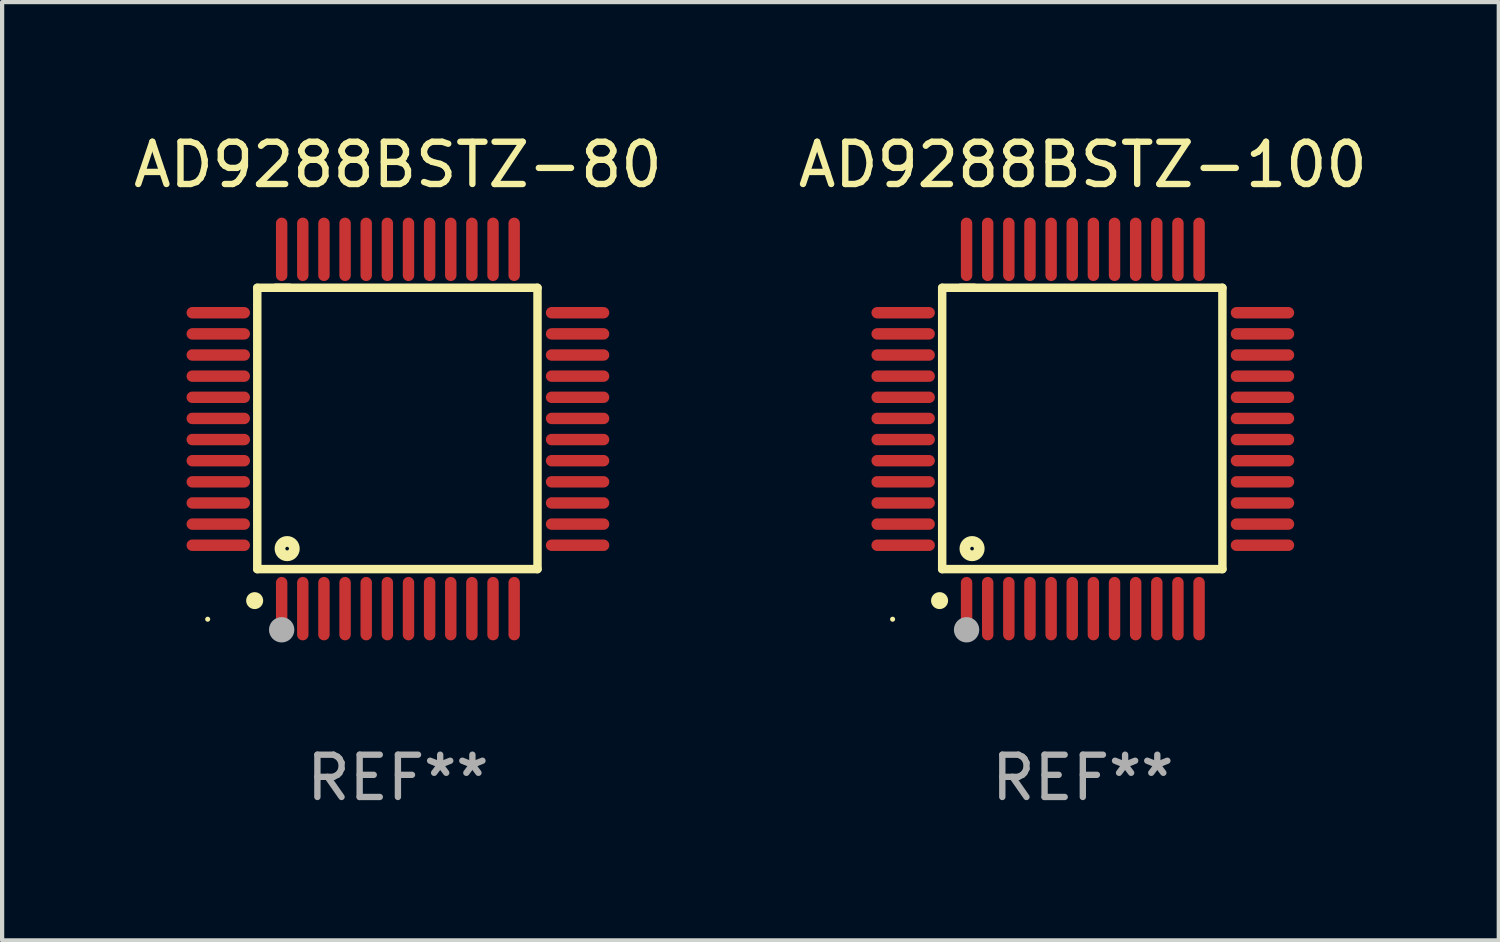
<source format=kicad_pcb>
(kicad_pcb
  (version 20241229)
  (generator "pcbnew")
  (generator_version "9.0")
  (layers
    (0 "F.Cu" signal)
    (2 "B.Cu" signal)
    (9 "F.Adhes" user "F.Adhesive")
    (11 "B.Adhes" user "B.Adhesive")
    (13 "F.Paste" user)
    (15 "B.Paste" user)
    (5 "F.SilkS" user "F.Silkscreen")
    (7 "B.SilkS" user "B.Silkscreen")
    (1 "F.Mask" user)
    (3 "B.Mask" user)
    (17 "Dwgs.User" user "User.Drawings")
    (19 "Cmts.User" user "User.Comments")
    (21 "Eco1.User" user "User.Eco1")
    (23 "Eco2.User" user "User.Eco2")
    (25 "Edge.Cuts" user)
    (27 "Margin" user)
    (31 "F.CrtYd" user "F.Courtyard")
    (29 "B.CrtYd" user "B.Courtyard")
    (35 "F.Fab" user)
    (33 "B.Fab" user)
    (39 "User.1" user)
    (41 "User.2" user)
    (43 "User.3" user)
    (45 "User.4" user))
  (footprint "AD9288BSTZ-100"
    (layer "F.Cu")
    (at 22.565 7.098)
    (property "Reference" "AD9288BSTZ-100" (at 0 -6.25 0) (layer "F.SilkS") (effects (font (size 1 1) (thickness 0.15))))
    (attr through_hole)
    (fp_line (start -3.327 -3.34) (end -2.565 -3.34) (stroke (width 0.2) (type solid)) (layer "F.SilkS"))
    (fp_line (start -3.327 3.315) (end -3.327 -3.34) (stroke (width 0.2) (type solid)) (layer "F.SilkS"))
    (fp_line (start -2.896 -3.34) (end 3.302 -3.34) (stroke (width 0.2) (type solid)) (layer "F.SilkS"))
    (fp_line (start 3.302 -3.34) (end 3.302 3.315) (stroke (width 0.2) (type solid)) (layer "F.SilkS"))
    (fp_line (start 3.302 3.315) (end -3.327 3.315) (stroke (width 0.2) (type solid)) (layer "F.SilkS"))
    (fp_arc (start -3.389992 4.059995) (mid -3.388722 4.059991) (end -3.387452 4.059995) (stroke (width 0.4) (type solid)) (layer "F.SilkS"))
    (fp_circle (center -4.5 4.5) (end -4.47 4.5) (stroke (width 0.06) (type solid)) (fill no) (layer "F.SilkS"))
    (fp_circle (center -2.62 2.83) (end -2.45 2.83) (stroke (width 0.254) (type solid)) (fill no) (layer "F.SilkS"))
    (fp_circle (center -2.75 4.75) (end -2.6 4.75) (stroke (width 0.3) (type solid)) (fill no) (layer "F.Fab"))
    (fp_text user "REF**" (at 0 8.25 0) (layer "F.Fab") (effects (font (size 1 1) (thickness 0.15))))
    (pad "1" smd oval (at -2.75 4.25) (size 0.27 1.5) (layers "F.Cu" "F.Mask" "F.Paste"))
    (pad "2" smd oval (at -2.25 4.25) (size 0.27 1.5) (layers "F.Cu" "F.Mask" "F.Paste"))
    (pad "3" smd oval (at -1.75 4.25) (size 0.27 1.5) (layers "F.Cu" "F.Mask" "F.Paste"))
    (pad "4" smd oval (at -1.25 4.25) (size 0.27 1.5) (layers "F.Cu" "F.Mask" "F.Paste"))
    (pad "5" smd oval (at -0.75 4.25) (size 0.27 1.5) (layers "F.Cu" "F.Mask" "F.Paste"))
    (pad "6" smd oval (at -0.25 4.25) (size 0.27 1.5) (layers "F.Cu" "F.Mask" "F.Paste"))
    (pad "7" smd oval (at 0.25 4.25) (size 0.27 1.5) (layers "F.Cu" "F.Mask" "F.Paste"))
    (pad "8" smd oval (at 0.75 4.25) (size 0.27 1.5) (layers "F.Cu" "F.Mask" "F.Paste"))
    (pad "9" smd oval (at 1.25 4.25) (size 0.27 1.5) (layers "F.Cu" "F.Mask" "F.Paste"))
    (pad "10" smd oval (at 1.75 4.25) (size 0.27 1.5) (layers "F.Cu" "F.Mask" "F.Paste"))
    (pad "11" smd oval (at 2.25 4.25) (size 0.27 1.5) (layers "F.Cu" "F.Mask" "F.Paste"))
    (pad "12" smd oval (at 2.75 4.25) (size 0.27 1.5) (layers "F.Cu" "F.Mask" "F.Paste"))
    (pad "13" smd oval (at 4.25 2.75) (size 1.5 0.27) (layers "F.Cu" "F.Mask" "F.Paste"))
    (pad "14" smd oval (at 4.25 2.25) (size 1.5 0.27) (layers "F.Cu" "F.Mask" "F.Paste"))
    (pad "15" smd oval (at 4.25 1.75) (size 1.5 0.27) (layers "F.Cu" "F.Mask" "F.Paste"))
    (pad "16" smd oval (at 4.25 1.25) (size 1.5 0.27) (layers "F.Cu" "F.Mask" "F.Paste"))
    (pad "17" smd oval (at 4.25 0.75) (size 1.5 0.27) (layers "F.Cu" "F.Mask" "F.Paste"))
    (pad "18" smd oval (at 4.25 0.25) (size 1.5 0.27) (layers "F.Cu" "F.Mask" "F.Paste"))
    (pad "19" smd oval (at 4.25 -0.25) (size 1.5 0.27) (layers "F.Cu" "F.Mask" "F.Paste"))
    (pad "20" smd oval (at 4.25 -0.75) (size 1.5 0.27) (layers "F.Cu" "F.Mask" "F.Paste"))
    (pad "21" smd oval (at 4.25 -1.25) (size 1.5 0.27) (layers "F.Cu" "F.Mask" "F.Paste"))
    (pad "22" smd oval (at 4.25 -1.75) (size 1.5 0.27) (layers "F.Cu" "F.Mask" "F.Paste"))
    (pad "23" smd oval (at 4.25 -2.25) (size 1.5 0.27) (layers "F.Cu" "F.Mask" "F.Paste"))
    (pad "24" smd oval (at 4.25 -2.75) (size 1.5 0.27) (layers "F.Cu" "F.Mask" "F.Paste"))
    (pad "25" smd oval (at 2.75 -4.25) (size 0.27 1.5) (layers "F.Cu" "F.Mask" "F.Paste"))
    (pad "26" smd oval (at 2.25 -4.25) (size 0.27 1.5) (layers "F.Cu" "F.Mask" "F.Paste"))
    (pad "27" smd oval (at 1.75 -4.25) (size 0.27 1.5) (layers "F.Cu" "F.Mask" "F.Paste"))
    (pad "28" smd oval (at 1.25 -4.25) (size 0.27 1.5) (layers "F.Cu" "F.Mask" "F.Paste"))
    (pad "29" smd oval (at 0.75 -4.25) (size 0.27 1.5) (layers "F.Cu" "F.Mask" "F.Paste"))
    (pad "30" smd oval (at 0.25 -4.25) (size 0.27 1.5) (layers "F.Cu" "F.Mask" "F.Paste"))
    (pad "31" smd oval (at -0.25 -4.25) (size 0.27 1.5) (layers "F.Cu" "F.Mask" "F.Paste"))
    (pad "32" smd oval (at -0.75 -4.25) (size 0.27 1.5) (layers "F.Cu" "F.Mask" "F.Paste"))
    (pad "33" smd oval (at -1.25 -4.25) (size 0.27 1.5) (layers "F.Cu" "F.Mask" "F.Paste"))
    (pad "34" smd oval (at -1.75 -4.25) (size 0.27 1.5) (layers "F.Cu" "F.Mask" "F.Paste"))
    (pad "35" smd oval (at -2.25 -4.25) (size 0.27 1.5) (layers "F.Cu" "F.Mask" "F.Paste"))
    (pad "36" smd oval (at -2.75 -4.25) (size 0.27 1.5) (layers "F.Cu" "F.Mask" "F.Paste"))
    (pad "37" smd oval (at -4.25 -2.75) (size 1.5 0.27) (layers "F.Cu" "F.Mask" "F.Paste"))
    (pad "38" smd oval (at -4.25 -2.25) (size 1.5 0.27) (layers "F.Cu" "F.Mask" "F.Paste"))
    (pad "39" smd oval (at -4.25 -1.75) (size 1.5 0.27) (layers "F.Cu" "F.Mask" "F.Paste"))
    (pad "40" smd oval (at -4.25 -1.25) (size 1.5 0.27) (layers "F.Cu" "F.Mask" "F.Paste"))
    (pad "41" smd oval (at -4.25 -0.75) (size 1.5 0.27) (layers "F.Cu" "F.Mask" "F.Paste"))
    (pad "42" smd oval (at -4.25 -0.25) (size 1.5 0.27) (layers "F.Cu" "F.Mask" "F.Paste"))
    (pad "43" smd oval (at -4.25 0.25) (size 1.5 0.27) (layers "F.Cu" "F.Mask" "F.Paste"))
    (pad "44" smd oval (at -4.25 0.75) (size 1.5 0.27) (layers "F.Cu" "F.Mask" "F.Paste"))
    (pad "45" smd oval (at -4.25 1.25) (size 1.5 0.27) (layers "F.Cu" "F.Mask" "F.Paste"))
    (pad "46" smd oval (at -4.25 1.75) (size 1.5 0.27) (layers "F.Cu" "F.Mask" "F.Paste"))
    (pad "47" smd oval (at -4.25 2.25) (size 1.5 0.27) (layers "F.Cu" "F.Mask" "F.Paste"))
    (pad "48" smd oval (at -4.25 2.75) (size 1.5 0.27) (layers "F.Cu" "F.Mask" "F.Paste")))
  (footprint "AD9288BSTZ-80"
    (layer "F.Cu")
    (at 6.363 7.098)
    (property "Reference" "AD9288BSTZ-80" (at 0 -6.25 0) (layer "F.SilkS") (effects (font (size 1 1) (thickness 0.15))))
    (attr through_hole)
    (fp_line (start -3.327 -3.34) (end -2.565 -3.34) (stroke (width 0.2) (type solid)) (layer "F.SilkS"))
    (fp_line (start -3.327 3.315) (end -3.327 -3.34) (stroke (width 0.2) (type solid)) (layer "F.SilkS"))
    (fp_line (start -2.896 -3.34) (end 3.302 -3.34) (stroke (width 0.2) (type solid)) (layer "F.SilkS"))
    (fp_line (start 3.302 -3.34) (end 3.302 3.315) (stroke (width 0.2) (type solid)) (layer "F.SilkS"))
    (fp_line (start 3.302 3.315) (end -3.327 3.315) (stroke (width 0.2) (type solid)) (layer "F.SilkS"))
    (fp_arc (start -3.389992 4.059995) (mid -3.388722 4.059991) (end -3.387452 4.059995) (stroke (width 0.4) (type solid)) (layer "F.SilkS"))
    (fp_circle (center -4.5 4.5) (end -4.47 4.5) (stroke (width 0.06) (type solid)) (fill no) (layer "F.SilkS"))
    (fp_circle (center -2.62 2.83) (end -2.45 2.83) (stroke (width 0.254) (type solid)) (fill no) (layer "F.SilkS"))
    (fp_circle (center -2.75 4.75) (end -2.6 4.75) (stroke (width 0.3) (type solid)) (fill no) (layer "F.Fab"))
    (fp_text user "REF**" (at 0 8.25 0) (layer "F.Fab") (effects (font (size 1 1) (thickness 0.15))))
    (pad "1" smd oval (at -2.75 4.25) (size 0.27 1.5) (layers "F.Cu" "F.Mask" "F.Paste"))
    (pad "2" smd oval (at -2.25 4.25) (size 0.27 1.5) (layers "F.Cu" "F.Mask" "F.Paste"))
    (pad "3" smd oval (at -1.75 4.25) (size 0.27 1.5) (layers "F.Cu" "F.Mask" "F.Paste"))
    (pad "4" smd oval (at -1.25 4.25) (size 0.27 1.5) (layers "F.Cu" "F.Mask" "F.Paste"))
    (pad "5" smd oval (at -0.75 4.25) (size 0.27 1.5) (layers "F.Cu" "F.Mask" "F.Paste"))
    (pad "6" smd oval (at -0.25 4.25) (size 0.27 1.5) (layers "F.Cu" "F.Mask" "F.Paste"))
    (pad "7" smd oval (at 0.25 4.25) (size 0.27 1.5) (layers "F.Cu" "F.Mask" "F.Paste"))
    (pad "8" smd oval (at 0.75 4.25) (size 0.27 1.5) (layers "F.Cu" "F.Mask" "F.Paste"))
    (pad "9" smd oval (at 1.25 4.25) (size 0.27 1.5) (layers "F.Cu" "F.Mask" "F.Paste"))
    (pad "10" smd oval (at 1.75 4.25) (size 0.27 1.5) (layers "F.Cu" "F.Mask" "F.Paste"))
    (pad "11" smd oval (at 2.25 4.25) (size 0.27 1.5) (layers "F.Cu" "F.Mask" "F.Paste"))
    (pad "12" smd oval (at 2.75 4.25) (size 0.27 1.5) (layers "F.Cu" "F.Mask" "F.Paste"))
    (pad "13" smd oval (at 4.25 2.75) (size 1.5 0.27) (layers "F.Cu" "F.Mask" "F.Paste"))
    (pad "14" smd oval (at 4.25 2.25) (size 1.5 0.27) (layers "F.Cu" "F.Mask" "F.Paste"))
    (pad "15" smd oval (at 4.25 1.75) (size 1.5 0.27) (layers "F.Cu" "F.Mask" "F.Paste"))
    (pad "16" smd oval (at 4.25 1.25) (size 1.5 0.27) (layers "F.Cu" "F.Mask" "F.Paste"))
    (pad "17" smd oval (at 4.25 0.75) (size 1.5 0.27) (layers "F.Cu" "F.Mask" "F.Paste"))
    (pad "18" smd oval (at 4.25 0.25) (size 1.5 0.27) (layers "F.Cu" "F.Mask" "F.Paste"))
    (pad "19" smd oval (at 4.25 -0.25) (size 1.5 0.27) (layers "F.Cu" "F.Mask" "F.Paste"))
    (pad "20" smd oval (at 4.25 -0.75) (size 1.5 0.27) (layers "F.Cu" "F.Mask" "F.Paste"))
    (pad "21" smd oval (at 4.25 -1.25) (size 1.5 0.27) (layers "F.Cu" "F.Mask" "F.Paste"))
    (pad "22" smd oval (at 4.25 -1.75) (size 1.5 0.27) (layers "F.Cu" "F.Mask" "F.Paste"))
    (pad "23" smd oval (at 4.25 -2.25) (size 1.5 0.27) (layers "F.Cu" "F.Mask" "F.Paste"))
    (pad "24" smd oval (at 4.25 -2.75) (size 1.5 0.27) (layers "F.Cu" "F.Mask" "F.Paste"))
    (pad "25" smd oval (at 2.75 -4.25) (size 0.27 1.5) (layers "F.Cu" "F.Mask" "F.Paste"))
    (pad "26" smd oval (at 2.25 -4.25) (size 0.27 1.5) (layers "F.Cu" "F.Mask" "F.Paste"))
    (pad "27" smd oval (at 1.75 -4.25) (size 0.27 1.5) (layers "F.Cu" "F.Mask" "F.Paste"))
    (pad "28" smd oval (at 1.25 -4.25) (size 0.27 1.5) (layers "F.Cu" "F.Mask" "F.Paste"))
    (pad "29" smd oval (at 0.75 -4.25) (size 0.27 1.5) (layers "F.Cu" "F.Mask" "F.Paste"))
    (pad "30" smd oval (at 0.25 -4.25) (size 0.27 1.5) (layers "F.Cu" "F.Mask" "F.Paste"))
    (pad "31" smd oval (at -0.25 -4.25) (size 0.27 1.5) (layers "F.Cu" "F.Mask" "F.Paste"))
    (pad "32" smd oval (at -0.75 -4.25) (size 0.27 1.5) (layers "F.Cu" "F.Mask" "F.Paste"))
    (pad "33" smd oval (at -1.25 -4.25) (size 0.27 1.5) (layers "F.Cu" "F.Mask" "F.Paste"))
    (pad "34" smd oval (at -1.75 -4.25) (size 0.27 1.5) (layers "F.Cu" "F.Mask" "F.Paste"))
    (pad "35" smd oval (at -2.25 -4.25) (size 0.27 1.5) (layers "F.Cu" "F.Mask" "F.Paste"))
    (pad "36" smd oval (at -2.75 -4.25) (size 0.27 1.5) (layers "F.Cu" "F.Mask" "F.Paste"))
    (pad "37" smd oval (at -4.25 -2.75) (size 1.5 0.27) (layers "F.Cu" "F.Mask" "F.Paste"))
    (pad "38" smd oval (at -4.25 -2.25) (size 1.5 0.27) (layers "F.Cu" "F.Mask" "F.Paste"))
    (pad "39" smd oval (at -4.25 -1.75) (size 1.5 0.27) (layers "F.Cu" "F.Mask" "F.Paste"))
    (pad "40" smd oval (at -4.25 -1.25) (size 1.5 0.27) (layers "F.Cu" "F.Mask" "F.Paste"))
    (pad "41" smd oval (at -4.25 -0.75) (size 1.5 0.27) (layers "F.Cu" "F.Mask" "F.Paste"))
    (pad "42" smd oval (at -4.25 -0.25) (size 1.5 0.27) (layers "F.Cu" "F.Mask" "F.Paste"))
    (pad "43" smd oval (at -4.25 0.25) (size 1.5 0.27) (layers "F.Cu" "F.Mask" "F.Paste"))
    (pad "44" smd oval (at -4.25 0.75) (size 1.5 0.27) (layers "F.Cu" "F.Mask" "F.Paste"))
    (pad "45" smd oval (at -4.25 1.25) (size 1.5 0.27) (layers "F.Cu" "F.Mask" "F.Paste"))
    (pad "46" smd oval (at -4.25 1.75) (size 1.5 0.27) (layers "F.Cu" "F.Mask" "F.Paste"))
    (pad "47" smd oval (at -4.25 2.25) (size 1.5 0.27) (layers "F.Cu" "F.Mask" "F.Paste"))
    (pad "48" smd oval (at -4.25 2.75) (size 1.5 0.27) (layers "F.Cu" "F.Mask" "F.Paste")))
  (gr_rect
    (start -3 -3)
    (end 32.405 19.196)
    (stroke (width 0.1) (type default))
    (fill no)
    (layer "Edge.Cuts")))
</source>
